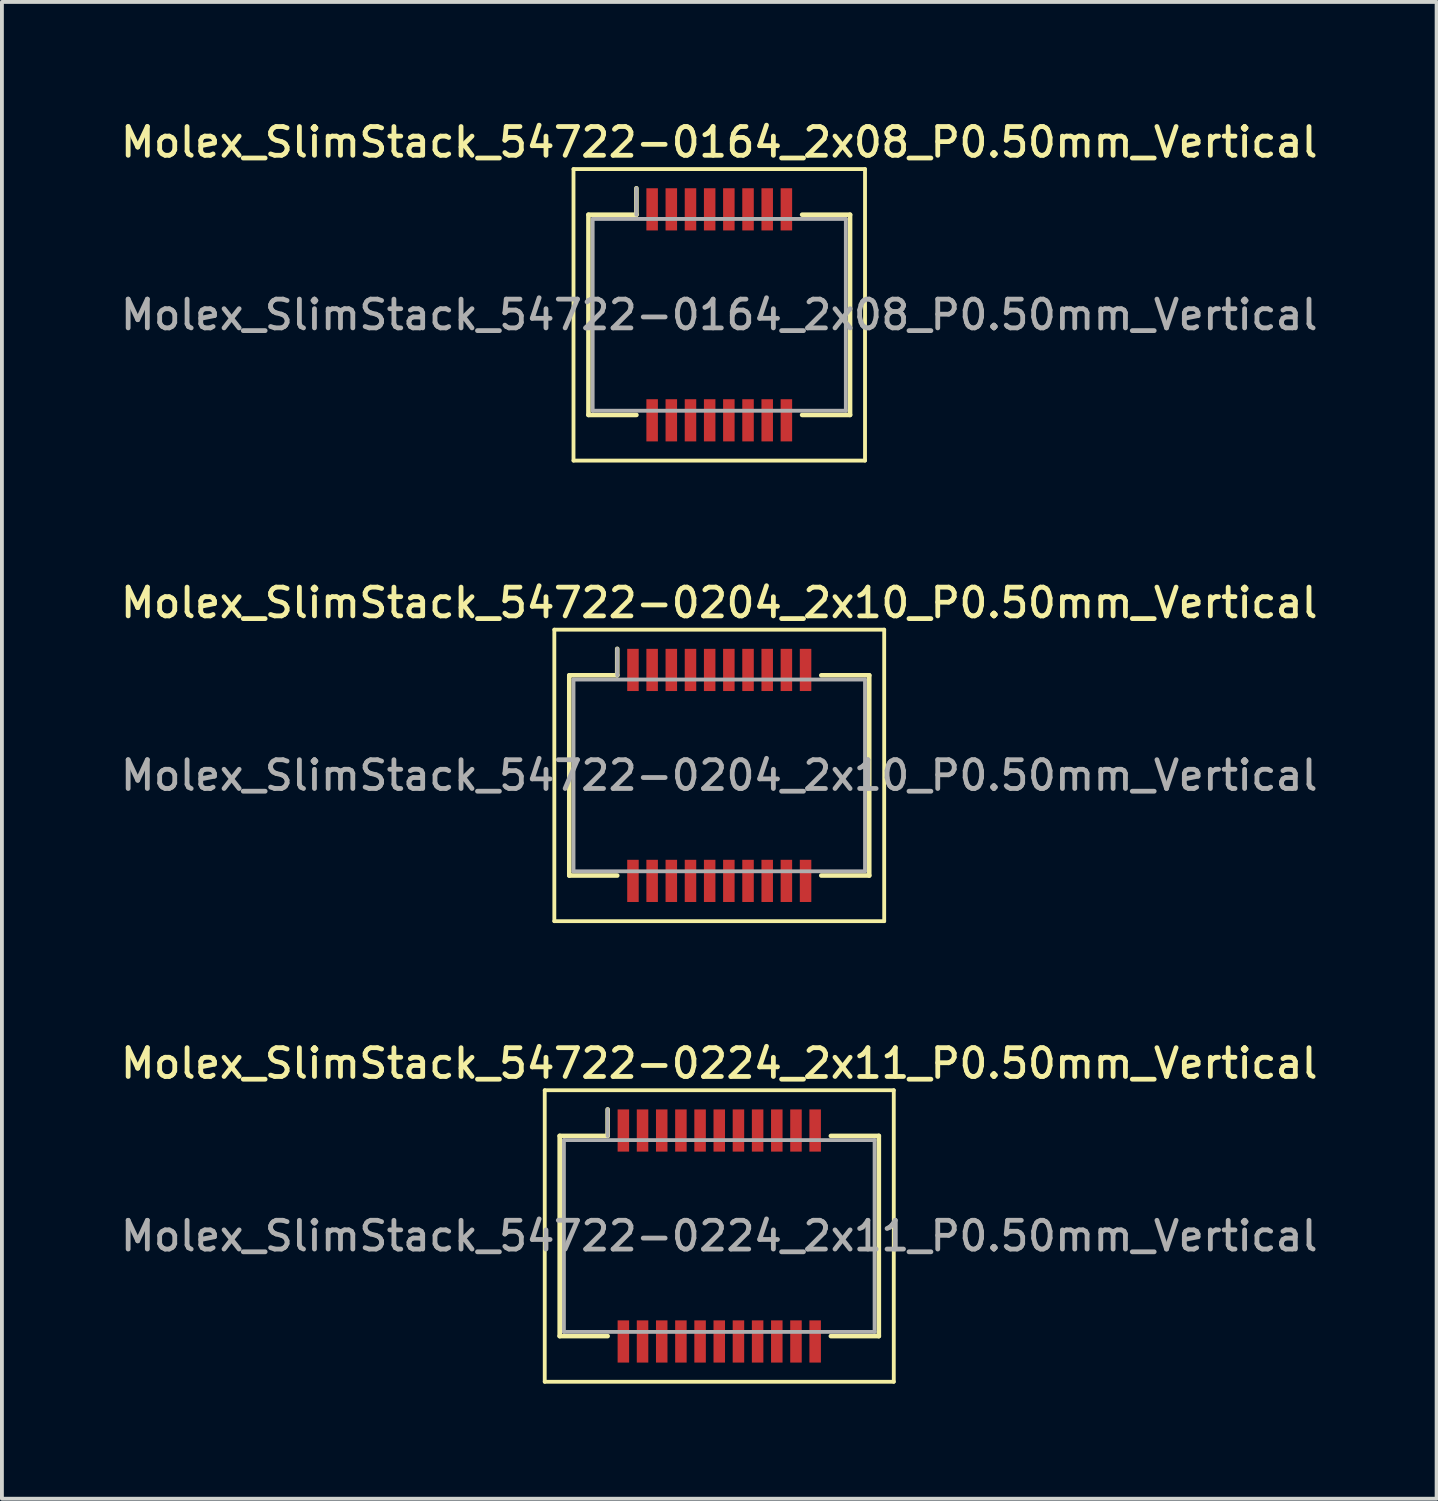
<source format=kicad_pcb>
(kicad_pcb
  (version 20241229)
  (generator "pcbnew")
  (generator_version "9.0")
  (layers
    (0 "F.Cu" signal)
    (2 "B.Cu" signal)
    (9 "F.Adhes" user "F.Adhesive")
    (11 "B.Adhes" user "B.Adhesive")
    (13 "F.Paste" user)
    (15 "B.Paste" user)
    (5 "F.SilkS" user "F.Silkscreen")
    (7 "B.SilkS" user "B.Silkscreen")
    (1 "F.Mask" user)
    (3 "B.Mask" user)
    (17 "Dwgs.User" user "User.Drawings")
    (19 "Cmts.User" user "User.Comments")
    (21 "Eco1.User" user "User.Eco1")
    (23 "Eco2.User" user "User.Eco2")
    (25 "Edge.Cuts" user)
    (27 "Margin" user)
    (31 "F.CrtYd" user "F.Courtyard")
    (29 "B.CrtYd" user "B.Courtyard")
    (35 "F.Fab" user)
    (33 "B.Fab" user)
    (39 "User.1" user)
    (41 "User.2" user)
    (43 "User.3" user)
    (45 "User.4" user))
  (footprint "Molex_SlimStack_54722-0224_2x11_P0.50mm_Vertical"
    (layer "F.Cu")
    (at 15.702 29.174)
    (property "Reference" "Molex_SlimStack_54722-0224_2x11_P0.50mm_Vertical" (at 0 -4.5 0) (layer "F.SilkS") (effects (font (size 0.75 0.75) (thickness 0.125))))
    (attr smd)
    (fp_line (start -4.55 -3.8) (end -4.55 3.8) (stroke (width 0.1) (type solid)) (layer "F.SilkS"))
    (fp_line (start -4.55 3.8) (end 4.55 3.8) (stroke (width 0.1) (type solid)) (layer "F.SilkS"))
    (fp_line (start -4.16 -2.61) (end -2.91 -2.61) (stroke (width 0.12) (type solid)) (layer "F.SilkS"))
    (fp_line (start -4.16 2.61) (end -4.16 -2.61) (stroke (width 0.12) (type solid)) (layer "F.SilkS"))
    (fp_line (start -2.91 -2.61) (end -2.91 -3.3) (stroke (width 0.12) (type solid)) (layer "F.SilkS"))
    (fp_line (start -2.91 2.61) (end -4.16 2.61) (stroke (width 0.12) (type solid)) (layer "F.SilkS"))
    (fp_line (start 2.91 2.61) (end 4.16 2.61) (stroke (width 0.12) (type solid)) (layer "F.SilkS"))
    (fp_line (start 4.16 -2.61) (end 2.91 -2.61) (stroke (width 0.12) (type solid)) (layer "F.SilkS"))
    (fp_line (start 4.16 2.61) (end 4.16 -2.61) (stroke (width 0.12) (type solid)) (layer "F.SilkS"))
    (fp_line (start 4.55 -3.8) (end -4.55 -3.8) (stroke (width 0.1) (type solid)) (layer "F.SilkS"))
    (fp_line (start 4.55 3.8) (end 4.55 -3.8) (stroke (width 0.1) (type solid)) (layer "F.SilkS"))
    (fp_line (start -4.05 -2.5) (end -4.05 2.5) (stroke (width 0.1) (type solid)) (layer "F.Fab"))
    (fp_line (start -4.05 2.5) (end 4.05 2.5) (stroke (width 0.1) (type solid)) (layer "F.Fab"))
    (fp_line (start -2.91 -2.61) (end -2.91 -3.3) (stroke (width 0.1) (type solid)) (layer "F.Fab"))
    (fp_line (start 4.05 -2.5) (end -4.05 -2.5) (stroke (width 0.1) (type solid)) (layer "F.Fab"))
    (fp_line (start 4.05 2.5) (end 4.05 -2.5) (stroke (width 0.1) (type solid)) (layer "F.Fab"))
    (fp_text user "${REFERENCE}" (at 0 0 0) (layer "F.Fab") (effects (font (size 0.75 0.75) (thickness 0.125))))
    (pad "1" smd rect (at -2.5 -2.75) (size 0.3 1.1) (layers "F.Cu" "F.Mask" "F.Paste"))
    (pad "2" smd rect (at -2.5 2.75) (size 0.3 1.1) (layers "F.Cu" "F.Mask" "F.Paste"))
    (pad "3" smd rect (at -2 -2.75) (size 0.3 1.1) (layers "F.Cu" "F.Mask" "F.Paste"))
    (pad "4" smd rect (at -2 2.75) (size 0.3 1.1) (layers "F.Cu" "F.Mask" "F.Paste"))
    (pad "5" smd rect (at -1.5 -2.75) (size 0.3 1.1) (layers "F.Cu" "F.Mask" "F.Paste"))
    (pad "6" smd rect (at -1.5 2.75) (size 0.3 1.1) (layers "F.Cu" "F.Mask" "F.Paste"))
    (pad "7" smd rect (at -1 -2.75) (size 0.3 1.1) (layers "F.Cu" "F.Mask" "F.Paste"))
    (pad "8" smd rect (at -1 2.75) (size 0.3 1.1) (layers "F.Cu" "F.Mask" "F.Paste"))
    (pad "9" smd rect (at -0.5 -2.75) (size 0.3 1.1) (layers "F.Cu" "F.Mask" "F.Paste"))
    (pad "10" smd rect (at -0.5 2.75) (size 0.3 1.1) (layers "F.Cu" "F.Mask" "F.Paste"))
    (pad "11" smd rect (at 0 -2.75) (size 0.3 1.1) (layers "F.Cu" "F.Mask" "F.Paste"))
    (pad "12" smd rect (at 0 2.75) (size 0.3 1.1) (layers "F.Cu" "F.Mask" "F.Paste"))
    (pad "13" smd rect (at 0.5 -2.75) (size 0.3 1.1) (layers "F.Cu" "F.Mask" "F.Paste"))
    (pad "14" smd rect (at 0.5 2.75) (size 0.3 1.1) (layers "F.Cu" "F.Mask" "F.Paste"))
    (pad "15" smd rect (at 1 -2.75) (size 0.3 1.1) (layers "F.Cu" "F.Mask" "F.Paste"))
    (pad "16" smd rect (at 1 2.75) (size 0.3 1.1) (layers "F.Cu" "F.Mask" "F.Paste"))
    (pad "17" smd rect (at 1.5 -2.75) (size 0.3 1.1) (layers "F.Cu" "F.Mask" "F.Paste"))
    (pad "18" smd rect (at 1.5 2.75) (size 0.3 1.1) (layers "F.Cu" "F.Mask" "F.Paste"))
    (pad "19" smd rect (at 2 -2.75) (size 0.3 1.1) (layers "F.Cu" "F.Mask" "F.Paste"))
    (pad "20" smd rect (at 2 2.75) (size 0.3 1.1) (layers "F.Cu" "F.Mask" "F.Paste"))
    (pad "21" smd rect (at 2.5 -2.75) (size 0.3 1.1) (layers "F.Cu" "F.Mask" "F.Paste"))
    (pad "22" smd rect (at 2.5 2.75) (size 0.3 1.1) (layers "F.Cu" "F.Mask" "F.Paste")))
  (footprint "Molex_SlimStack_54722-0204_2x10_P0.50mm_Vertical"
    (layer "F.Cu")
    (at 15.702 17.166)
    (property "Reference" "Molex_SlimStack_54722-0204_2x10_P0.50mm_Vertical" (at 0 -4.5 0) (layer "F.SilkS") (effects (font (size 0.75 0.75) (thickness 0.125))))
    (attr smd)
    (fp_line (start -4.3 -3.8) (end -4.3 3.8) (stroke (width 0.1) (type solid)) (layer "F.SilkS"))
    (fp_line (start -4.3 3.8) (end 4.3 3.8) (stroke (width 0.1) (type solid)) (layer "F.SilkS"))
    (fp_line (start -3.91 -2.61) (end -2.66 -2.61) (stroke (width 0.12) (type solid)) (layer "F.SilkS"))
    (fp_line (start -3.91 2.61) (end -3.91 -2.61) (stroke (width 0.12) (type solid)) (layer "F.SilkS"))
    (fp_line (start -2.66 -2.61) (end -2.66 -3.3) (stroke (width 0.12) (type solid)) (layer "F.SilkS"))
    (fp_line (start -2.66 2.61) (end -3.91 2.61) (stroke (width 0.12) (type solid)) (layer "F.SilkS"))
    (fp_line (start 2.66 2.61) (end 3.91 2.61) (stroke (width 0.12) (type solid)) (layer "F.SilkS"))
    (fp_line (start 3.91 -2.61) (end 2.66 -2.61) (stroke (width 0.12) (type solid)) (layer "F.SilkS"))
    (fp_line (start 3.91 2.61) (end 3.91 -2.61) (stroke (width 0.12) (type solid)) (layer "F.SilkS"))
    (fp_line (start 4.3 -3.8) (end -4.3 -3.8) (stroke (width 0.1) (type solid)) (layer "F.SilkS"))
    (fp_line (start 4.3 3.8) (end 4.3 -3.8) (stroke (width 0.1) (type solid)) (layer "F.SilkS"))
    (fp_line (start -3.8 -2.5) (end -3.8 2.5) (stroke (width 0.1) (type solid)) (layer "F.Fab"))
    (fp_line (start -3.8 2.5) (end 3.8 2.5) (stroke (width 0.1) (type solid)) (layer "F.Fab"))
    (fp_line (start -2.66 -2.61) (end -2.66 -3.3) (stroke (width 0.1) (type solid)) (layer "F.Fab"))
    (fp_line (start 3.8 -2.5) (end -3.8 -2.5) (stroke (width 0.1) (type solid)) (layer "F.Fab"))
    (fp_line (start 3.8 2.5) (end 3.8 -2.5) (stroke (width 0.1) (type solid)) (layer "F.Fab"))
    (fp_text user "${REFERENCE}" (at 0 0 0) (layer "F.Fab") (effects (font (size 0.75 0.75) (thickness 0.125))))
    (pad "1" smd rect (at -2.25 -2.75) (size 0.3 1.1) (layers "F.Cu" "F.Mask" "F.Paste"))
    (pad "2" smd rect (at -2.25 2.75) (size 0.3 1.1) (layers "F.Cu" "F.Mask" "F.Paste"))
    (pad "3" smd rect (at -1.75 -2.75) (size 0.3 1.1) (layers "F.Cu" "F.Mask" "F.Paste"))
    (pad "4" smd rect (at -1.75 2.75) (size 0.3 1.1) (layers "F.Cu" "F.Mask" "F.Paste"))
    (pad "5" smd rect (at -1.25 -2.75) (size 0.3 1.1) (layers "F.Cu" "F.Mask" "F.Paste"))
    (pad "6" smd rect (at -1.25 2.75) (size 0.3 1.1) (layers "F.Cu" "F.Mask" "F.Paste"))
    (pad "7" smd rect (at -0.75 -2.75) (size 0.3 1.1) (layers "F.Cu" "F.Mask" "F.Paste"))
    (pad "8" smd rect (at -0.75 2.75) (size 0.3 1.1) (layers "F.Cu" "F.Mask" "F.Paste"))
    (pad "9" smd rect (at -0.25 -2.75) (size 0.3 1.1) (layers "F.Cu" "F.Mask" "F.Paste"))
    (pad "10" smd rect (at -0.25 2.75) (size 0.3 1.1) (layers "F.Cu" "F.Mask" "F.Paste"))
    (pad "11" smd rect (at 0.25 -2.75) (size 0.3 1.1) (layers "F.Cu" "F.Mask" "F.Paste"))
    (pad "12" smd rect (at 0.25 2.75) (size 0.3 1.1) (layers "F.Cu" "F.Mask" "F.Paste"))
    (pad "13" smd rect (at 0.75 -2.75) (size 0.3 1.1) (layers "F.Cu" "F.Mask" "F.Paste"))
    (pad "14" smd rect (at 0.75 2.75) (size 0.3 1.1) (layers "F.Cu" "F.Mask" "F.Paste"))
    (pad "15" smd rect (at 1.25 -2.75) (size 0.3 1.1) (layers "F.Cu" "F.Mask" "F.Paste"))
    (pad "16" smd rect (at 1.25 2.75) (size 0.3 1.1) (layers "F.Cu" "F.Mask" "F.Paste"))
    (pad "17" smd rect (at 1.75 -2.75) (size 0.3 1.1) (layers "F.Cu" "F.Mask" "F.Paste"))
    (pad "18" smd rect (at 1.75 2.75) (size 0.3 1.1) (layers "F.Cu" "F.Mask" "F.Paste"))
    (pad "19" smd rect (at 2.25 -2.75) (size 0.3 1.1) (layers "F.Cu" "F.Mask" "F.Paste"))
    (pad "20" smd rect (at 2.25 2.75) (size 0.3 1.1) (layers "F.Cu" "F.Mask" "F.Paste")))
  (footprint "Molex_SlimStack_54722-0164_2x08_P0.50mm_Vertical"
    (layer "F.Cu")
    (at 15.702 5.158)
    (property "Reference" "Molex_SlimStack_54722-0164_2x08_P0.50mm_Vertical" (at 0 -4.5 0) (layer "F.SilkS") (effects (font (size 0.75 0.75) (thickness 0.125))))
    (attr smd)
    (fp_line (start -3.8 -3.8) (end -3.8 3.8) (stroke (width 0.1) (type solid)) (layer "F.SilkS"))
    (fp_line (start -3.8 3.8) (end 3.8 3.8) (stroke (width 0.1) (type solid)) (layer "F.SilkS"))
    (fp_line (start -3.41 -2.61) (end -2.16 -2.61) (stroke (width 0.12) (type solid)) (layer "F.SilkS"))
    (fp_line (start -3.41 2.61) (end -3.41 -2.61) (stroke (width 0.12) (type solid)) (layer "F.SilkS"))
    (fp_line (start -2.16 -2.61) (end -2.16 -3.3) (stroke (width 0.12) (type solid)) (layer "F.SilkS"))
    (fp_line (start -2.16 2.61) (end -3.41 2.61) (stroke (width 0.12) (type solid)) (layer "F.SilkS"))
    (fp_line (start 2.16 2.61) (end 3.41 2.61) (stroke (width 0.12) (type solid)) (layer "F.SilkS"))
    (fp_line (start 3.41 -2.61) (end 2.16 -2.61) (stroke (width 0.12) (type solid)) (layer "F.SilkS"))
    (fp_line (start 3.41 2.61) (end 3.41 -2.61) (stroke (width 0.12) (type solid)) (layer "F.SilkS"))
    (fp_line (start 3.8 -3.8) (end -3.8 -3.8) (stroke (width 0.1) (type solid)) (layer "F.SilkS"))
    (fp_line (start 3.8 3.8) (end 3.8 -3.8) (stroke (width 0.1) (type solid)) (layer "F.SilkS"))
    (fp_line (start -3.3 -2.5) (end -3.3 2.5) (stroke (width 0.1) (type solid)) (layer "F.Fab"))
    (fp_line (start -3.3 2.5) (end 3.3 2.5) (stroke (width 0.1) (type solid)) (layer "F.Fab"))
    (fp_line (start -2.16 -2.61) (end -2.16 -3.3) (stroke (width 0.1) (type solid)) (layer "F.Fab"))
    (fp_line (start 3.3 -2.5) (end -3.3 -2.5) (stroke (width 0.1) (type solid)) (layer "F.Fab"))
    (fp_line (start 3.3 2.5) (end 3.3 -2.5) (stroke (width 0.1) (type solid)) (layer "F.Fab"))
    (fp_text user "${REFERENCE}" (at 0 0 0) (layer "F.Fab") (effects (font (size 0.75 0.75) (thickness 0.125))))
    (pad "1" smd rect (at -1.75 -2.75) (size 0.3 1.1) (layers "F.Cu" "F.Mask" "F.Paste"))
    (pad "2" smd rect (at -1.75 2.75) (size 0.3 1.1) (layers "F.Cu" "F.Mask" "F.Paste"))
    (pad "3" smd rect (at -1.25 -2.75) (size 0.3 1.1) (layers "F.Cu" "F.Mask" "F.Paste"))
    (pad "4" smd rect (at -1.25 2.75) (size 0.3 1.1) (layers "F.Cu" "F.Mask" "F.Paste"))
    (pad "5" smd rect (at -0.75 -2.75) (size 0.3 1.1) (layers "F.Cu" "F.Mask" "F.Paste"))
    (pad "6" smd rect (at -0.75 2.75) (size 0.3 1.1) (layers "F.Cu" "F.Mask" "F.Paste"))
    (pad "7" smd rect (at -0.25 -2.75) (size 0.3 1.1) (layers "F.Cu" "F.Mask" "F.Paste"))
    (pad "8" smd rect (at -0.25 2.75) (size 0.3 1.1) (layers "F.Cu" "F.Mask" "F.Paste"))
    (pad "9" smd rect (at 0.25 -2.75) (size 0.3 1.1) (layers "F.Cu" "F.Mask" "F.Paste"))
    (pad "10" smd rect (at 0.25 2.75) (size 0.3 1.1) (layers "F.Cu" "F.Mask" "F.Paste"))
    (pad "11" smd rect (at 0.75 -2.75) (size 0.3 1.1) (layers "F.Cu" "F.Mask" "F.Paste"))
    (pad "12" smd rect (at 0.75 2.75) (size 0.3 1.1) (layers "F.Cu" "F.Mask" "F.Paste"))
    (pad "13" smd rect (at 1.25 -2.75) (size 0.3 1.1) (layers "F.Cu" "F.Mask" "F.Paste"))
    (pad "14" smd rect (at 1.25 2.75) (size 0.3 1.1) (layers "F.Cu" "F.Mask" "F.Paste"))
    (pad "15" smd rect (at 1.75 -2.75) (size 0.3 1.1) (layers "F.Cu" "F.Mask" "F.Paste"))
    (pad "16" smd rect (at 1.75 2.75) (size 0.3 1.1) (layers "F.Cu" "F.Mask" "F.Paste")))
  (gr_rect
    (start -3 -3)
    (end 34.404 36.024)
    (stroke (width 0.1) (type default))
    (fill no)
    (layer "Edge.Cuts")))
</source>
